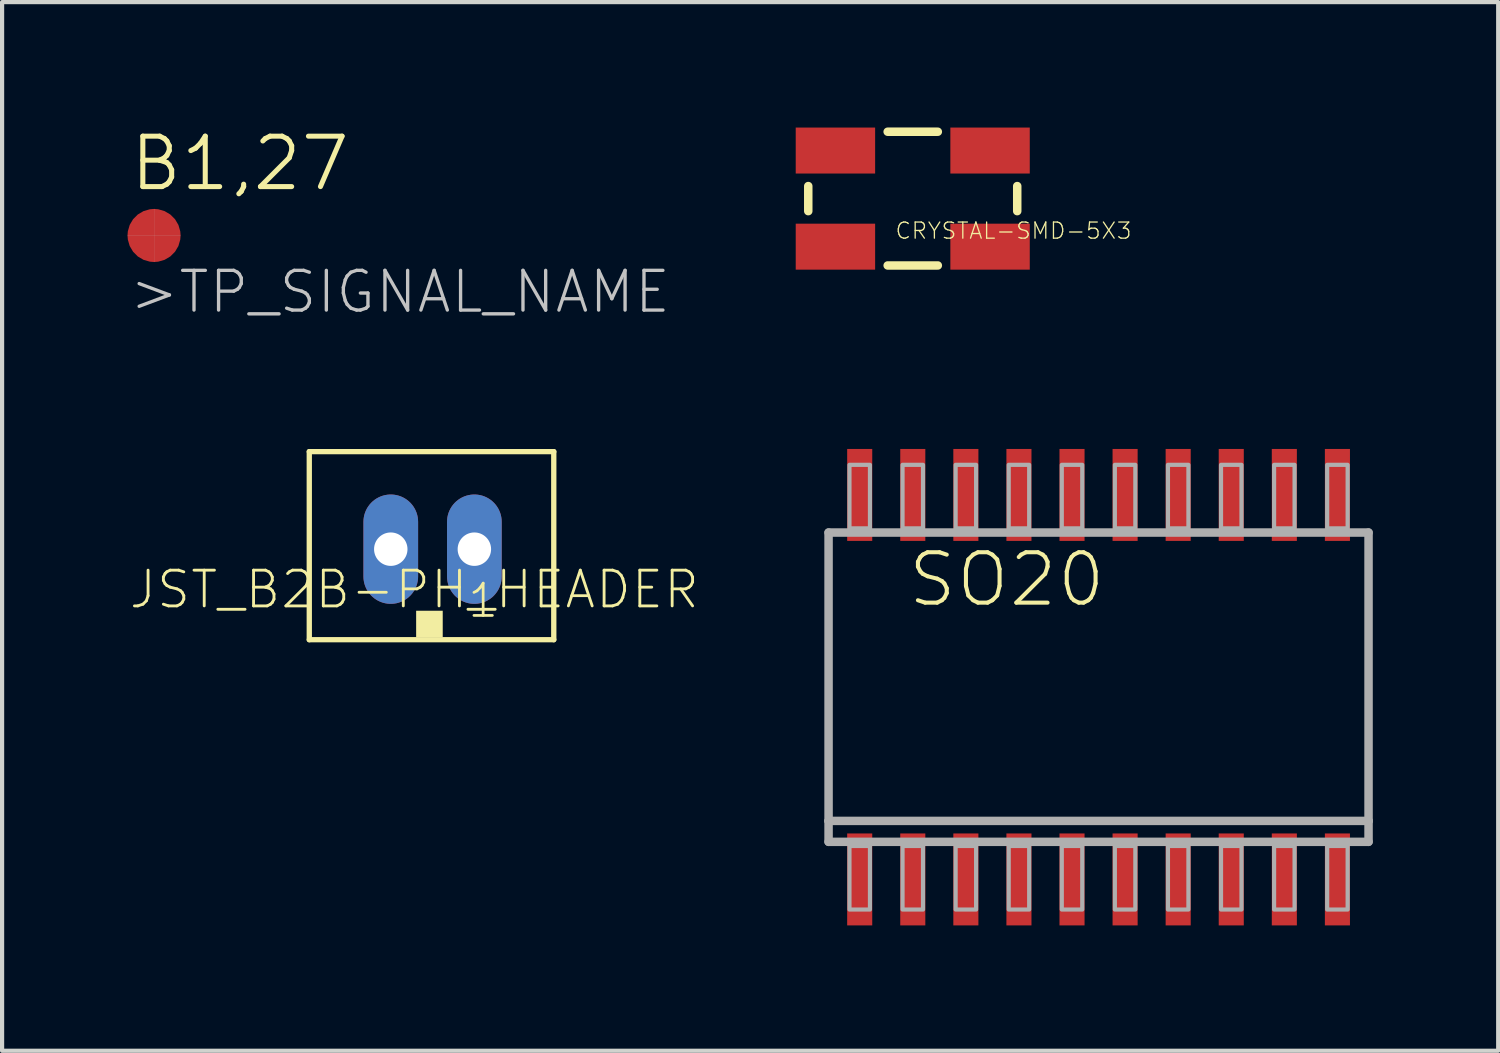
<source format=kicad_pcb>
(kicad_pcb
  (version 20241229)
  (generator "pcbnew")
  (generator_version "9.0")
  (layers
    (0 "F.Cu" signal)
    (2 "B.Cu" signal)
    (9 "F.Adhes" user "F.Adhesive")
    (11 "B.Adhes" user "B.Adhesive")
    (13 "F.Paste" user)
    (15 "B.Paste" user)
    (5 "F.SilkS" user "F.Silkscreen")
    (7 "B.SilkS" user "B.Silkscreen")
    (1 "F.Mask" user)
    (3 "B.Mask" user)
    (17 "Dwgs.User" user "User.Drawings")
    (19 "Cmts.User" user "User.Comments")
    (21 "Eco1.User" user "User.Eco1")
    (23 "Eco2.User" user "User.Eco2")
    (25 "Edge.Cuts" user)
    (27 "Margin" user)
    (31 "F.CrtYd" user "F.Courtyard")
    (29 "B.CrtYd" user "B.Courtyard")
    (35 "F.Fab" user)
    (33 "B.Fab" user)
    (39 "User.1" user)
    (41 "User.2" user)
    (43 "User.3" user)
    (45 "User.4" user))
  (footprint "JST_B2B-PH_HEADER"
    (layer "F.Cu")
    (at 7.225 10.138)
    (property "Reference" "JST_B2B-PH_HEADER" (at -7.225 1.417 180) (layer "F.SilkS") (effects (font (size 0.855 0.855) (thickness 0.068)) (justify left bottom)))
    (attr through_hole)
    (fp_line (start -2.875 -2.382) (end 2.975 -2.382) (stroke (width 0.127) (type solid)) (layer "F.SilkS"))
    (fp_line (start -2.875 2.118) (end -2.875 -2.382) (stroke (width 0.127) (type solid)) (layer "F.SilkS"))
    (fp_line (start 2.975 -2.382) (end 2.975 2.118) (stroke (width 0.127) (type solid)) (layer "F.SilkS"))
    (fp_line (start 2.975 2.118) (end -2.875 2.118) (stroke (width 0.127) (type solid)) (layer "F.SilkS"))
    (fp_poly (pts (xy -0.318 2.06) (xy 0.318 2.06) (xy 0.318 1.425) (xy -0.318 1.425)) (stroke (width 0) (type solid)) (fill yes) (layer "F.SilkS"))
    (fp_text user "1" (at 0.875 1.635 0) (layer "F.SilkS") (effects (font (size 0.772 0.772) (thickness 0.065)) (justify left bottom)))
    (pad "P1" thru_hole oval (at 1.075 -0.048 90) (size 2.616 1.308) (drill 0.8) (layers "*.Cu" "*.Mask"))
    (pad "P2" thru_hole oval (at -0.925 -0.048 90) (size 2.616 1.308) (drill 0.8) (layers "*.Cu" "*.Mask")))
  (footprint "B1,27"
    (layer "F.Cu")
    (at 0.636 2.584)
    (property "Reference" "B1,27" (at -0.635 -1.016 0) (layer "F.SilkS") (effects (font (size 1.206 1.206) (thickness 0.121)) (justify left bottom)))
    (attr through_hole)
    (fp_line (start -0.635 0) (end 0.635 0) (stroke (width 0.002) (type solid)) (layer "Dwgs.User"))
    (fp_line (start 0 -0.635) (end 0 0.635) (stroke (width 0.002) (type solid)) (layer "Dwgs.User"))
    (fp_text user ">TP_SIGNAL_NAME" (at -0.635 1.905 0) (layer "Dwgs.User") (effects (font (size 0.95 0.95) (thickness 0.08)) (justify left bottom)))
    (pad "TP" smd roundrect (at 0 0) (size 1.27 1.27) (layers "F.Cu" "F.Mask") (roundrect_rratio 0.5)))
  (footprint "SO20"
    (layer "F.Cu")
    (at 23.235 13.392)
    (property "Reference" "SO20" (at -4.615 -1.87 180) (layer "F.SilkS") (effects (font (size 1.206 1.206) (thickness 0.097)) (justify left bottom)))
    (attr through_hole)
    (fp_line (start -6.46 -3.7) (end 6.46 -3.7) (stroke (width 0.203) (type solid)) (layer "F.Fab"))
    (fp_line (start -6.46 3.2) (end -6.46 -3.7) (stroke (width 0.203) (type solid)) (layer "F.Fab"))
    (fp_line (start -6.46 3.7) (end -6.46 3.2) (stroke (width 0.203) (type solid)) (layer "F.Fab"))
    (fp_line (start 6.46 -3.7) (end 6.46 3.2) (stroke (width 0.203) (type solid)) (layer "F.Fab"))
    (fp_line (start 6.46 3.2) (end -6.46 3.2) (stroke (width 0.203) (type solid)) (layer "F.Fab"))
    (fp_line (start 6.46 3.2) (end 6.46 3.7) (stroke (width 0.203) (type solid)) (layer "F.Fab"))
    (fp_line (start 6.46 3.7) (end -6.46 3.7) (stroke (width 0.203) (type solid)) (layer "F.Fab"))
    (fp_poly (pts (xy -5.96 -3.8) (xy -5.47 -3.8) (xy -5.47 -5.32) (xy -5.96 -5.32)) (stroke (width 0.1) (type solid)) (fill no) (layer "F.Fab"))
    (fp_poly (pts (xy -5.96 5.32) (xy -5.47 5.32) (xy -5.47 3.8) (xy -5.96 3.8)) (stroke (width 0.1) (type solid)) (fill no) (layer "F.Fab"))
    (fp_poly (pts (xy -4.69 -3.8) (xy -4.2 -3.8) (xy -4.2 -5.32) (xy -4.69 -5.32)) (stroke (width 0.1) (type solid)) (fill no) (layer "F.Fab"))
    (fp_poly (pts (xy -4.69 5.32) (xy -4.2 5.32) (xy -4.2 3.8) (xy -4.69 3.8)) (stroke (width 0.1) (type solid)) (fill no) (layer "F.Fab"))
    (fp_poly (pts (xy -3.42 -3.8) (xy -2.93 -3.8) (xy -2.93 -5.32) (xy -3.42 -5.32)) (stroke (width 0.1) (type solid)) (fill no) (layer "F.Fab"))
    (fp_poly (pts (xy -3.42 5.32) (xy -2.93 5.32) (xy -2.93 3.8) (xy -3.42 3.8)) (stroke (width 0.1) (type solid)) (fill no) (layer "F.Fab"))
    (fp_poly (pts (xy -2.15 -3.8) (xy -1.66 -3.8) (xy -1.66 -5.32) (xy -2.15 -5.32)) (stroke (width 0.1) (type solid)) (fill no) (layer "F.Fab"))
    (fp_poly (pts (xy -2.15 5.32) (xy -1.66 5.32) (xy -1.66 3.8) (xy -2.15 3.8)) (stroke (width 0.1) (type solid)) (fill no) (layer "F.Fab"))
    (fp_poly (pts (xy -0.88 -3.8) (xy -0.39 -3.8) (xy -0.39 -5.32) (xy -0.88 -5.32)) (stroke (width 0.1) (type solid)) (fill no) (layer "F.Fab"))
    (fp_poly (pts (xy -0.88 5.32) (xy -0.39 5.32) (xy -0.39 3.8) (xy -0.88 3.8)) (stroke (width 0.1) (type solid)) (fill no) (layer "F.Fab"))
    (fp_poly (pts (xy 0.39 -3.8) (xy 0.88 -3.8) (xy 0.88 -5.32) (xy 0.39 -5.32)) (stroke (width 0.1) (type solid)) (fill no) (layer "F.Fab"))
    (fp_poly (pts (xy 0.39 5.32) (xy 0.88 5.32) (xy 0.88 3.8) (xy 0.39 3.8)) (stroke (width 0.1) (type solid)) (fill no) (layer "F.Fab"))
    (fp_poly (pts (xy 1.66 -3.8) (xy 2.15 -3.8) (xy 2.15 -5.32) (xy 1.66 -5.32)) (stroke (width 0.1) (type solid)) (fill no) (layer "F.Fab"))
    (fp_poly (pts (xy 1.66 5.32) (xy 2.15 5.32) (xy 2.15 3.8) (xy 1.66 3.8)) (stroke (width 0.1) (type solid)) (fill no) (layer "F.Fab"))
    (fp_poly (pts (xy 2.93 -3.8) (xy 3.42 -3.8) (xy 3.42 -5.32) (xy 2.93 -5.32)) (stroke (width 0.1) (type solid)) (fill no) (layer "F.Fab"))
    (fp_poly (pts (xy 2.93 5.32) (xy 3.42 5.32) (xy 3.42 3.8) (xy 2.93 3.8)) (stroke (width 0.1) (type solid)) (fill no) (layer "F.Fab"))
    (fp_poly (pts (xy 4.2 -3.8) (xy 4.69 -3.8) (xy 4.69 -5.32) (xy 4.2 -5.32)) (stroke (width 0.1) (type solid)) (fill no) (layer "F.Fab"))
    (fp_poly (pts (xy 4.2 5.32) (xy 4.69 5.32) (xy 4.69 3.8) (xy 4.2 3.8)) (stroke (width 0.1) (type solid)) (fill no) (layer "F.Fab"))
    (fp_poly (pts (xy 5.47 -3.8) (xy 5.96 -3.8) (xy 5.96 -5.32) (xy 5.47 -5.32)) (stroke (width 0.1) (type solid)) (fill no) (layer "F.Fab"))
    (fp_poly (pts (xy 5.47 5.32) (xy 5.96 5.32) (xy 5.96 3.8) (xy 5.47 3.8)) (stroke (width 0.1) (type solid)) (fill no) (layer "F.Fab"))
    (pad "1" smd rect (at -5.715 4.6) (size 0.6 2.2) (layers "F.Cu" "F.Mask" "F.Paste"))
    (pad "2" smd rect (at -4.445 4.6) (size 0.6 2.2) (layers "F.Cu" "F.Mask" "F.Paste"))
    (pad "3" smd rect (at -3.175 4.6) (size 0.6 2.2) (layers "F.Cu" "F.Mask" "F.Paste"))
    (pad "4" smd rect (at -1.905 4.6) (size 0.6 2.2) (layers "F.Cu" "F.Mask" "F.Paste"))
    (pad "5" smd rect (at -0.635 4.6) (size 0.6 2.2) (layers "F.Cu" "F.Mask" "F.Paste"))
    (pad "6" smd rect (at 0.635 4.6) (size 0.6 2.2) (layers "F.Cu" "F.Mask" "F.Paste"))
    (pad "7" smd rect (at 1.905 4.6) (size 0.6 2.2) (layers "F.Cu" "F.Mask" "F.Paste"))
    (pad "8" smd rect (at 3.175 4.6) (size 0.6 2.2) (layers "F.Cu" "F.Mask" "F.Paste"))
    (pad "9" smd rect (at 4.445 4.6) (size 0.6 2.2) (layers "F.Cu" "F.Mask" "F.Paste"))
    (pad "10" smd rect (at 5.715 4.6) (size 0.6 2.2) (layers "F.Cu" "F.Mask" "F.Paste"))
    (pad "11" smd rect (at 5.715 -4.6) (size 0.6 2.2) (layers "F.Cu" "F.Mask" "F.Paste"))
    (pad "12" smd rect (at 4.445 -4.6) (size 0.6 2.2) (layers "F.Cu" "F.Mask" "F.Paste"))
    (pad "13" smd rect (at 3.175 -4.6) (size 0.6 2.2) (layers "F.Cu" "F.Mask" "F.Paste"))
    (pad "14" smd rect (at 1.905 -4.6) (size 0.6 2.2) (layers "F.Cu" "F.Mask" "F.Paste"))
    (pad "15" smd rect (at 0.635 -4.6) (size 0.6 2.2) (layers "F.Cu" "F.Mask" "F.Paste"))
    (pad "16" smd rect (at -0.635 -4.6) (size 0.6 2.2) (layers "F.Cu" "F.Mask" "F.Paste"))
    (pad "17" smd rect (at -1.905 -4.6) (size 0.6 2.2) (layers "F.Cu" "F.Mask" "F.Paste"))
    (pad "18" smd rect (at -3.175 -4.6) (size 0.6 2.2) (layers "F.Cu" "F.Mask" "F.Paste"))
    (pad "19" smd rect (at -4.445 -4.6) (size 0.6 2.2) (layers "F.Cu" "F.Mask" "F.Paste"))
    (pad "20" smd rect (at -5.715 -4.6) (size 0.6 2.2) (layers "F.Cu" "F.Mask" "F.Paste")))
  (footprint "CRYSTAL-SMD-5X3"
    (layer "F.Cu")
    (at 18.789 1.702)
    (property "Reference" "CRYSTAL-SMD-5X3" (at -0.44 0.995 0) (layer "F.SilkS") (effects (font (size 0.386 0.386) (thickness 0.031)) (justify left bottom)))
    (attr through_hole)
    (fp_line (start -2.5 -0.3) (end -2.5 0.3) (stroke (width 0.203) (type solid)) (layer "F.SilkS"))
    (fp_line (start -0.6 -1.6) (end 0.6 -1.6) (stroke (width 0.203) (type solid)) (layer "F.SilkS"))
    (fp_line (start 0.6 1.6) (end -0.6 1.6) (stroke (width 0.203) (type solid)) (layer "F.SilkS"))
    (fp_line (start 2.5 -0.3) (end 2.5 0.3) (stroke (width 0.203) (type solid)) (layer "F.SilkS"))
    (pad "1" smd rect (at -1.85 1.15) (size 1.9 1.1) (layers "F.Cu" "F.Mask" "F.Paste"))
    (pad "2" smd rect (at 1.85 1.15) (size 1.9 1.1) (layers "F.Cu" "F.Mask" "F.Paste"))
    (pad "3" smd rect (at 1.85 -1.15) (size 1.9 1.1) (layers "F.Cu" "F.Mask" "F.Paste"))
    (pad "4" smd rect (at -1.85 -1.15) (size 1.9 1.1) (layers "F.Cu" "F.Mask" "F.Paste")))
  (gr_rect
    (start -3 -3)
    (end 32.797 22.092)
    (stroke (width 0.1) (type default))
    (fill no)
    (layer "Edge.Cuts")))
</source>
